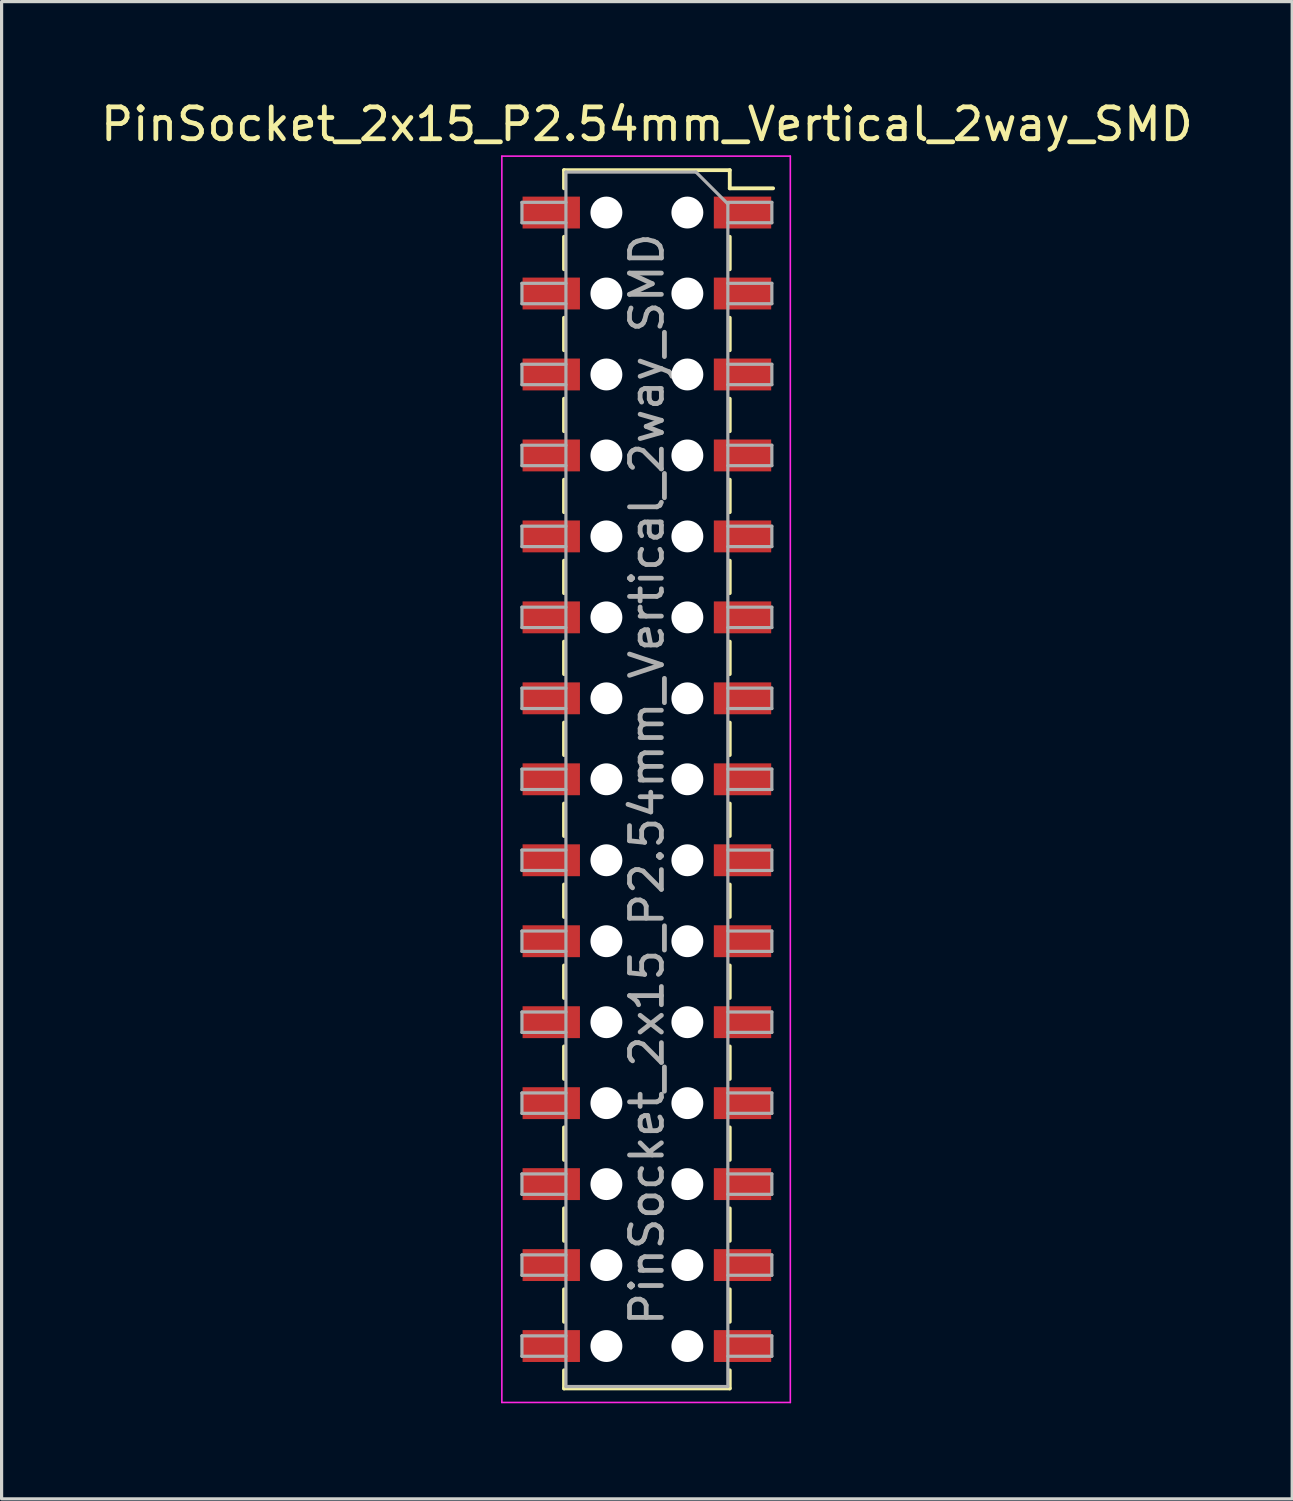
<source format=kicad_pcb>
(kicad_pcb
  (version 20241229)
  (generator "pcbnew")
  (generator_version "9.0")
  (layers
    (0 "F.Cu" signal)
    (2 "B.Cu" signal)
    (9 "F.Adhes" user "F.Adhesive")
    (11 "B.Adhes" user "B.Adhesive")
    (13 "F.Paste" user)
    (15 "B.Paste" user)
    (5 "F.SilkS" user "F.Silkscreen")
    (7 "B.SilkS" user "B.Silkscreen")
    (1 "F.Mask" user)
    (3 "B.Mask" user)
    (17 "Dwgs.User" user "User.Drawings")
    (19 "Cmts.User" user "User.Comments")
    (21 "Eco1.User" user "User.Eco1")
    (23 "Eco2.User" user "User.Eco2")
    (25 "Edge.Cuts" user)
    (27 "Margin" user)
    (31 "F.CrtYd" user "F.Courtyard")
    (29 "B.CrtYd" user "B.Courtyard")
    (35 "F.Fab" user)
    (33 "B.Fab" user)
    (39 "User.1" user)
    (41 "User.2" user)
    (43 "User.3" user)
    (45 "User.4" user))
  (footprint "PinSocket_2x15_P2.54mm_Vertical_2way_SMD"
    (layer "F.Cu")
    (at 17.244 21.398)
    (property "Reference" "PinSocket_2x15_P2.54mm_Vertical_2way_SMD" (at 0 -20.55 0) (layer "F.SilkS") (effects (font (size 1 1) (thickness 0.15))))
    (attr smd)
    (fp_line (start -2.6 -19.11) (end -2.6 -18.54) (stroke (width 0.12) (type solid)) (layer "F.SilkS"))
    (fp_line (start -2.6 -19.11) (end 2.6 -19.11) (stroke (width 0.12) (type solid)) (layer "F.SilkS"))
    (fp_line (start -2.6 -17.02) (end -2.6 -16) (stroke (width 0.12) (type solid)) (layer "F.SilkS"))
    (fp_line (start -2.6 -14.48) (end -2.6 -13.46) (stroke (width 0.12) (type solid)) (layer "F.SilkS"))
    (fp_line (start -2.6 -11.94) (end -2.6 -10.92) (stroke (width 0.12) (type solid)) (layer "F.SilkS"))
    (fp_line (start -2.6 -9.4) (end -2.6 -8.38) (stroke (width 0.12) (type solid)) (layer "F.SilkS"))
    (fp_line (start -2.6 -6.86) (end -2.6 -5.84) (stroke (width 0.12) (type solid)) (layer "F.SilkS"))
    (fp_line (start -2.6 -4.32) (end -2.6 -3.3) (stroke (width 0.12) (type solid)) (layer "F.SilkS"))
    (fp_line (start -2.6 -1.78) (end -2.6 -0.76) (stroke (width 0.12) (type solid)) (layer "F.SilkS"))
    (fp_line (start -2.6 0.76) (end -2.6 1.78) (stroke (width 0.12) (type solid)) (layer "F.SilkS"))
    (fp_line (start -2.6 3.3) (end -2.6 4.32) (stroke (width 0.12) (type solid)) (layer "F.SilkS"))
    (fp_line (start -2.6 5.84) (end -2.6 6.86) (stroke (width 0.12) (type solid)) (layer "F.SilkS"))
    (fp_line (start -2.6 8.38) (end -2.6 9.4) (stroke (width 0.12) (type solid)) (layer "F.SilkS"))
    (fp_line (start -2.6 10.92) (end -2.6 11.94) (stroke (width 0.12) (type solid)) (layer "F.SilkS"))
    (fp_line (start -2.6 13.46) (end -2.6 14.48) (stroke (width 0.12) (type solid)) (layer "F.SilkS"))
    (fp_line (start -2.6 16) (end -2.6 17.02) (stroke (width 0.12) (type solid)) (layer "F.SilkS"))
    (fp_line (start -2.6 18.54) (end -2.6 19.11) (stroke (width 0.12) (type solid)) (layer "F.SilkS"))
    (fp_line (start -2.6 19.11) (end 2.6 19.11) (stroke (width 0.12) (type solid)) (layer "F.SilkS"))
    (fp_line (start 2.6 -19.11) (end 2.6 -18.54) (stroke (width 0.12) (type solid)) (layer "F.SilkS"))
    (fp_line (start 2.6 -18.54) (end 3.96 -18.54) (stroke (width 0.12) (type solid)) (layer "F.SilkS"))
    (fp_line (start 2.6 -17.02) (end 2.6 -16) (stroke (width 0.12) (type solid)) (layer "F.SilkS"))
    (fp_line (start 2.6 -14.48) (end 2.6 -13.46) (stroke (width 0.12) (type solid)) (layer "F.SilkS"))
    (fp_line (start 2.6 -11.94) (end 2.6 -10.92) (stroke (width 0.12) (type solid)) (layer "F.SilkS"))
    (fp_line (start 2.6 -9.4) (end 2.6 -8.38) (stroke (width 0.12) (type solid)) (layer "F.SilkS"))
    (fp_line (start 2.6 -6.86) (end 2.6 -5.84) (stroke (width 0.12) (type solid)) (layer "F.SilkS"))
    (fp_line (start 2.6 -4.32) (end 2.6 -3.3) (stroke (width 0.12) (type solid)) (layer "F.SilkS"))
    (fp_line (start 2.6 -1.78) (end 2.6 -0.76) (stroke (width 0.12) (type solid)) (layer "F.SilkS"))
    (fp_line (start 2.6 0.76) (end 2.6 1.78) (stroke (width 0.12) (type solid)) (layer "F.SilkS"))
    (fp_line (start 2.6 3.3) (end 2.6 4.32) (stroke (width 0.12) (type solid)) (layer "F.SilkS"))
    (fp_line (start 2.6 5.84) (end 2.6 6.86) (stroke (width 0.12) (type solid)) (layer "F.SilkS"))
    (fp_line (start 2.6 8.38) (end 2.6 9.4) (stroke (width 0.12) (type solid)) (layer "F.SilkS"))
    (fp_line (start 2.6 10.92) (end 2.6 11.94) (stroke (width 0.12) (type solid)) (layer "F.SilkS"))
    (fp_line (start 2.6 13.46) (end 2.6 14.48) (stroke (width 0.12) (type solid)) (layer "F.SilkS"))
    (fp_line (start 2.6 16) (end 2.6 17.02) (stroke (width 0.12) (type solid)) (layer "F.SilkS"))
    (fp_line (start 2.6 18.54) (end 2.6 19.11) (stroke (width 0.12) (type solid)) (layer "F.SilkS"))
    (fp_line (start -4.55 -19.55) (end 4.5 -19.55) (stroke (width 0.05) (type solid)) (layer "F.CrtYd"))
    (fp_line (start -4.55 19.55) (end -4.55 -19.55) (stroke (width 0.05) (type solid)) (layer "F.CrtYd"))
    (fp_line (start 4.5 -19.55) (end 4.5 19.55) (stroke (width 0.05) (type solid)) (layer "F.CrtYd"))
    (fp_line (start 4.5 19.55) (end -4.55 19.55) (stroke (width 0.05) (type solid)) (layer "F.CrtYd"))
    (fp_line (start -3.92 -18.1) (end -2.54 -18.1) (stroke (width 0.1) (type solid)) (layer "F.Fab"))
    (fp_line (start -3.92 -17.46) (end -3.92 -18.1) (stroke (width 0.1) (type solid)) (layer "F.Fab"))
    (fp_line (start -3.92 -15.56) (end -2.54 -15.56) (stroke (width 0.1) (type solid)) (layer "F.Fab"))
    (fp_line (start -3.92 -14.92) (end -3.92 -15.56) (stroke (width 0.1) (type solid)) (layer "F.Fab"))
    (fp_line (start -3.92 -13.02) (end -2.54 -13.02) (stroke (width 0.1) (type solid)) (layer "F.Fab"))
    (fp_line (start -3.92 -12.38) (end -3.92 -13.02) (stroke (width 0.1) (type solid)) (layer "F.Fab"))
    (fp_line (start -3.92 -10.48) (end -2.54 -10.48) (stroke (width 0.1) (type solid)) (layer "F.Fab"))
    (fp_line (start -3.92 -9.84) (end -3.92 -10.48) (stroke (width 0.1) (type solid)) (layer "F.Fab"))
    (fp_line (start -3.92 -7.94) (end -2.54 -7.94) (stroke (width 0.1) (type solid)) (layer "F.Fab"))
    (fp_line (start -3.92 -7.3) (end -3.92 -7.94) (stroke (width 0.1) (type solid)) (layer "F.Fab"))
    (fp_line (start -3.92 -5.4) (end -2.54 -5.4) (stroke (width 0.1) (type solid)) (layer "F.Fab"))
    (fp_line (start -3.92 -4.76) (end -3.92 -5.4) (stroke (width 0.1) (type solid)) (layer "F.Fab"))
    (fp_line (start -3.92 -2.86) (end -2.54 -2.86) (stroke (width 0.1) (type solid)) (layer "F.Fab"))
    (fp_line (start -3.92 -2.22) (end -3.92 -2.86) (stroke (width 0.1) (type solid)) (layer "F.Fab"))
    (fp_line (start -3.92 -0.32) (end -2.54 -0.32) (stroke (width 0.1) (type solid)) (layer "F.Fab"))
    (fp_line (start -3.92 0.32) (end -3.92 -0.32) (stroke (width 0.1) (type solid)) (layer "F.Fab"))
    (fp_line (start -3.92 2.22) (end -2.54 2.22) (stroke (width 0.1) (type solid)) (layer "F.Fab"))
    (fp_line (start -3.92 2.86) (end -3.92 2.22) (stroke (width 0.1) (type solid)) (layer "F.Fab"))
    (fp_line (start -3.92 4.76) (end -2.54 4.76) (stroke (width 0.1) (type solid)) (layer "F.Fab"))
    (fp_line (start -3.92 5.4) (end -3.92 4.76) (stroke (width 0.1) (type solid)) (layer "F.Fab"))
    (fp_line (start -3.92 7.3) (end -2.54 7.3) (stroke (width 0.1) (type solid)) (layer "F.Fab"))
    (fp_line (start -3.92 7.94) (end -3.92 7.3) (stroke (width 0.1) (type solid)) (layer "F.Fab"))
    (fp_line (start -3.92 9.84) (end -2.54 9.84) (stroke (width 0.1) (type solid)) (layer "F.Fab"))
    (fp_line (start -3.92 10.48) (end -3.92 9.84) (stroke (width 0.1) (type solid)) (layer "F.Fab"))
    (fp_line (start -3.92 12.38) (end -2.54 12.38) (stroke (width 0.1) (type solid)) (layer "F.Fab"))
    (fp_line (start -3.92 13.02) (end -3.92 12.38) (stroke (width 0.1) (type solid)) (layer "F.Fab"))
    (fp_line (start -3.92 14.92) (end -2.54 14.92) (stroke (width 0.1) (type solid)) (layer "F.Fab"))
    (fp_line (start -3.92 15.56) (end -3.92 14.92) (stroke (width 0.1) (type solid)) (layer "F.Fab"))
    (fp_line (start -3.92 17.46) (end -2.54 17.46) (stroke (width 0.1) (type solid)) (layer "F.Fab"))
    (fp_line (start -3.92 18.1) (end -3.92 17.46) (stroke (width 0.1) (type solid)) (layer "F.Fab"))
    (fp_line (start -2.54 -19.05) (end 1.54 -19.05) (stroke (width 0.1) (type solid)) (layer "F.Fab"))
    (fp_line (start -2.54 -17.46) (end -3.92 -17.46) (stroke (width 0.1) (type solid)) (layer "F.Fab"))
    (fp_line (start -2.54 -14.92) (end -3.92 -14.92) (stroke (width 0.1) (type solid)) (layer "F.Fab"))
    (fp_line (start -2.54 -12.38) (end -3.92 -12.38) (stroke (width 0.1) (type solid)) (layer "F.Fab"))
    (fp_line (start -2.54 -9.84) (end -3.92 -9.84) (stroke (width 0.1) (type solid)) (layer "F.Fab"))
    (fp_line (start -2.54 -7.3) (end -3.92 -7.3) (stroke (width 0.1) (type solid)) (layer "F.Fab"))
    (fp_line (start -2.54 -4.76) (end -3.92 -4.76) (stroke (width 0.1) (type solid)) (layer "F.Fab"))
    (fp_line (start -2.54 -2.22) (end -3.92 -2.22) (stroke (width 0.1) (type solid)) (layer "F.Fab"))
    (fp_line (start -2.54 0.32) (end -3.92 0.32) (stroke (width 0.1) (type solid)) (layer "F.Fab"))
    (fp_line (start -2.54 2.86) (end -3.92 2.86) (stroke (width 0.1) (type solid)) (layer "F.Fab"))
    (fp_line (start -2.54 5.4) (end -3.92 5.4) (stroke (width 0.1) (type solid)) (layer "F.Fab"))
    (fp_line (start -2.54 7.94) (end -3.92 7.94) (stroke (width 0.1) (type solid)) (layer "F.Fab"))
    (fp_line (start -2.54 10.48) (end -3.92 10.48) (stroke (width 0.1) (type solid)) (layer "F.Fab"))
    (fp_line (start -2.54 13.02) (end -3.92 13.02) (stroke (width 0.1) (type solid)) (layer "F.Fab"))
    (fp_line (start -2.54 15.56) (end -3.92 15.56) (stroke (width 0.1) (type solid)) (layer "F.Fab"))
    (fp_line (start -2.54 18.1) (end -3.92 18.1) (stroke (width 0.1) (type solid)) (layer "F.Fab"))
    (fp_line (start -2.54 19.05) (end -2.54 -19.05) (stroke (width 0.1) (type solid)) (layer "F.Fab"))
    (fp_line (start 1.54 -19.05) (end 2.54 -18.05) (stroke (width 0.1) (type solid)) (layer "F.Fab"))
    (fp_line (start 2.54 -18.1) (end 3.92 -18.1) (stroke (width 0.1) (type solid)) (layer "F.Fab"))
    (fp_line (start 2.54 -18.05) (end 2.54 19.05) (stroke (width 0.1) (type solid)) (layer "F.Fab"))
    (fp_line (start 2.54 -15.56) (end 3.92 -15.56) (stroke (width 0.1) (type solid)) (layer "F.Fab"))
    (fp_line (start 2.54 -13.02) (end 3.92 -13.02) (stroke (width 0.1) (type solid)) (layer "F.Fab"))
    (fp_line (start 2.54 -10.48) (end 3.92 -10.48) (stroke (width 0.1) (type solid)) (layer "F.Fab"))
    (fp_line (start 2.54 -7.94) (end 3.92 -7.94) (stroke (width 0.1) (type solid)) (layer "F.Fab"))
    (fp_line (start 2.54 -5.4) (end 3.92 -5.4) (stroke (width 0.1) (type solid)) (layer "F.Fab"))
    (fp_line (start 2.54 -2.86) (end 3.92 -2.86) (stroke (width 0.1) (type solid)) (layer "F.Fab"))
    (fp_line (start 2.54 -0.32) (end 3.92 -0.32) (stroke (width 0.1) (type solid)) (layer "F.Fab"))
    (fp_line (start 2.54 2.22) (end 3.92 2.22) (stroke (width 0.1) (type solid)) (layer "F.Fab"))
    (fp_line (start 2.54 4.76) (end 3.92 4.76) (stroke (width 0.1) (type solid)) (layer "F.Fab"))
    (fp_line (start 2.54 7.3) (end 3.92 7.3) (stroke (width 0.1) (type solid)) (layer "F.Fab"))
    (fp_line (start 2.54 9.84) (end 3.92 9.84) (stroke (width 0.1) (type solid)) (layer "F.Fab"))
    (fp_line (start 2.54 12.38) (end 3.92 12.38) (stroke (width 0.1) (type solid)) (layer "F.Fab"))
    (fp_line (start 2.54 14.92) (end 3.92 14.92) (stroke (width 0.1) (type solid)) (layer "F.Fab"))
    (fp_line (start 2.54 17.46) (end 3.92 17.46) (stroke (width 0.1) (type solid)) (layer "F.Fab"))
    (fp_line (start 2.54 19.05) (end -2.54 19.05) (stroke (width 0.1) (type solid)) (layer "F.Fab"))
    (fp_line (start 3.92 -18.1) (end 3.92 -17.46) (stroke (width 0.1) (type solid)) (layer "F.Fab"))
    (fp_line (start 3.92 -17.46) (end 2.54 -17.46) (stroke (width 0.1) (type solid)) (layer "F.Fab"))
    (fp_line (start 3.92 -15.56) (end 3.92 -14.92) (stroke (width 0.1) (type solid)) (layer "F.Fab"))
    (fp_line (start 3.92 -14.92) (end 2.54 -14.92) (stroke (width 0.1) (type solid)) (layer "F.Fab"))
    (fp_line (start 3.92 -13.02) (end 3.92 -12.38) (stroke (width 0.1) (type solid)) (layer "F.Fab"))
    (fp_line (start 3.92 -12.38) (end 2.54 -12.38) (stroke (width 0.1) (type solid)) (layer "F.Fab"))
    (fp_line (start 3.92 -10.48) (end 3.92 -9.84) (stroke (width 0.1) (type solid)) (layer "F.Fab"))
    (fp_line (start 3.92 -9.84) (end 2.54 -9.84) (stroke (width 0.1) (type solid)) (layer "F.Fab"))
    (fp_line (start 3.92 -7.94) (end 3.92 -7.3) (stroke (width 0.1) (type solid)) (layer "F.Fab"))
    (fp_line (start 3.92 -7.3) (end 2.54 -7.3) (stroke (width 0.1) (type solid)) (layer "F.Fab"))
    (fp_line (start 3.92 -5.4) (end 3.92 -4.76) (stroke (width 0.1) (type solid)) (layer "F.Fab"))
    (fp_line (start 3.92 -4.76) (end 2.54 -4.76) (stroke (width 0.1) (type solid)) (layer "F.Fab"))
    (fp_line (start 3.92 -2.86) (end 3.92 -2.22) (stroke (width 0.1) (type solid)) (layer "F.Fab"))
    (fp_line (start 3.92 -2.22) (end 2.54 -2.22) (stroke (width 0.1) (type solid)) (layer "F.Fab"))
    (fp_line (start 3.92 -0.32) (end 3.92 0.32) (stroke (width 0.1) (type solid)) (layer "F.Fab"))
    (fp_line (start 3.92 0.32) (end 2.54 0.32) (stroke (width 0.1) (type solid)) (layer "F.Fab"))
    (fp_line (start 3.92 2.22) (end 3.92 2.86) (stroke (width 0.1) (type solid)) (layer "F.Fab"))
    (fp_line (start 3.92 2.86) (end 2.54 2.86) (stroke (width 0.1) (type solid)) (layer "F.Fab"))
    (fp_line (start 3.92 4.76) (end 3.92 5.4) (stroke (width 0.1) (type solid)) (layer "F.Fab"))
    (fp_line (start 3.92 5.4) (end 2.54 5.4) (stroke (width 0.1) (type solid)) (layer "F.Fab"))
    (fp_line (start 3.92 7.3) (end 3.92 7.94) (stroke (width 0.1) (type solid)) (layer "F.Fab"))
    (fp_line (start 3.92 7.94) (end 2.54 7.94) (stroke (width 0.1) (type solid)) (layer "F.Fab"))
    (fp_line (start 3.92 9.84) (end 3.92 10.48) (stroke (width 0.1) (type solid)) (layer "F.Fab"))
    (fp_line (start 3.92 10.48) (end 2.54 10.48) (stroke (width 0.1) (type solid)) (layer "F.Fab"))
    (fp_line (start 3.92 12.38) (end 3.92 13.02) (stroke (width 0.1) (type solid)) (layer "F.Fab"))
    (fp_line (start 3.92 13.02) (end 2.54 13.02) (stroke (width 0.1) (type solid)) (layer "F.Fab"))
    (fp_line (start 3.92 14.92) (end 3.92 15.56) (stroke (width 0.1) (type solid)) (layer "F.Fab"))
    (fp_line (start 3.92 15.56) (end 2.54 15.56) (stroke (width 0.1) (type solid)) (layer "F.Fab"))
    (fp_line (start 3.92 17.46) (end 3.92 18.1) (stroke (width 0.1) (type solid)) (layer "F.Fab"))
    (fp_line (start 3.92 18.1) (end 2.54 18.1) (stroke (width 0.1) (type solid)) (layer "F.Fab"))
    (fp_text user "${REFERENCE}" (at 0 0 90) (layer "F.Fab") (effects (font (size 1 1) (thickness 0.15))))
    (pad "" np_thru_hole circle (at -1.27 -17.78) (size 1 1) (drill 1) (layers "*.Cu" "*.Mask"))
    (pad "" np_thru_hole circle (at -1.27 -15.24) (size 1 1) (drill 1) (layers "*.Cu" "*.Mask"))
    (pad "" np_thru_hole circle (at -1.27 -12.7) (size 1 1) (drill 1) (layers "*.Cu" "*.Mask"))
    (pad "" np_thru_hole circle (at -1.27 -10.16) (size 1 1) (drill 1) (layers "*.Cu" "*.Mask"))
    (pad "" np_thru_hole circle (at -1.27 -7.62) (size 1 1) (drill 1) (layers "*.Cu" "*.Mask"))
    (pad "" np_thru_hole circle (at -1.27 -5.08) (size 1 1) (drill 1) (layers "*.Cu" "*.Mask"))
    (pad "" np_thru_hole circle (at -1.27 -2.54) (size 1 1) (drill 1) (layers "*.Cu" "*.Mask"))
    (pad "" np_thru_hole circle (at -1.27 0) (size 1 1) (drill 1) (layers "*.Cu" "*.Mask"))
    (pad "" np_thru_hole circle (at -1.27 2.54) (size 1 1) (drill 1) (layers "*.Cu" "*.Mask"))
    (pad "" np_thru_hole circle (at -1.27 5.08) (size 1 1) (drill 1) (layers "*.Cu" "*.Mask"))
    (pad "" np_thru_hole circle (at -1.27 7.62) (size 1 1) (drill 1) (layers "*.Cu" "*.Mask"))
    (pad "" np_thru_hole circle (at -1.27 10.16) (size 1 1) (drill 1) (layers "*.Cu" "*.Mask"))
    (pad "" np_thru_hole circle (at -1.27 12.7) (size 1 1) (drill 1) (layers "*.Cu" "*.Mask"))
    (pad "" np_thru_hole circle (at -1.27 15.24) (size 1 1) (drill 1) (layers "*.Cu" "*.Mask"))
    (pad "" np_thru_hole circle (at -1.27 17.78) (size 1 1) (drill 1) (layers "*.Cu" "*.Mask"))
    (pad "" np_thru_hole circle (at 1.27 -17.78) (size 1 1) (drill 1) (layers "*.Cu" "*.Mask"))
    (pad "" np_thru_hole circle (at 1.27 -15.24) (size 1 1) (drill 1) (layers "*.Cu" "*.Mask"))
    (pad "" np_thru_hole circle (at 1.27 -12.7) (size 1 1) (drill 1) (layers "*.Cu" "*.Mask"))
    (pad "" np_thru_hole circle (at 1.27 -10.16) (size 1 1) (drill 1) (layers "*.Cu" "*.Mask"))
    (pad "" np_thru_hole circle (at 1.27 -7.62) (size 1 1) (drill 1) (layers "*.Cu" "*.Mask"))
    (pad "" np_thru_hole circle (at 1.27 -5.08) (size 1 1) (drill 1) (layers "*.Cu" "*.Mask"))
    (pad "" np_thru_hole circle (at 1.27 -2.54) (size 1 1) (drill 1) (layers "*.Cu" "*.Mask"))
    (pad "" np_thru_hole circle (at 1.27 0) (size 1 1) (drill 1) (layers "*.Cu" "*.Mask"))
    (pad "" np_thru_hole circle (at 1.27 2.54) (size 1 1) (drill 1) (layers "*.Cu" "*.Mask"))
    (pad "" np_thru_hole circle (at 1.27 5.08) (size 1 1) (drill 1) (layers "*.Cu" "*.Mask"))
    (pad "" np_thru_hole circle (at 1.27 7.62) (size 1 1) (drill 1) (layers "*.Cu" "*.Mask"))
    (pad "" np_thru_hole circle (at 1.27 10.16) (size 1 1) (drill 1) (layers "*.Cu" "*.Mask"))
    (pad "" np_thru_hole circle (at 1.27 12.7) (size 1 1) (drill 1) (layers "*.Cu" "*.Mask"))
    (pad "" np_thru_hole circle (at 1.27 15.24) (size 1 1) (drill 1) (layers "*.Cu" "*.Mask"))
    (pad "" np_thru_hole circle (at 1.27 17.78) (size 1 1) (drill 1) (layers "*.Cu" "*.Mask"))
    (pad "1" smd rect (at 3 -17.78) (size 1.8 1) (layers "F.Cu" "F.Mask" "F.Paste"))
    (pad "2" smd rect (at -3 -17.78) (size 1.8 1) (layers "F.Cu" "F.Mask" "F.Paste"))
    (pad "3" smd rect (at 3 -15.24) (size 1.8 1) (layers "F.Cu" "F.Mask" "F.Paste"))
    (pad "4" smd rect (at -3 -15.24) (size 1.8 1) (layers "F.Cu" "F.Mask" "F.Paste"))
    (pad "5" smd rect (at 3 -12.7) (size 1.8 1) (layers "F.Cu" "F.Mask" "F.Paste"))
    (pad "6" smd rect (at -3 -12.7) (size 1.8 1) (layers "F.Cu" "F.Mask" "F.Paste"))
    (pad "7" smd rect (at 3 -10.16) (size 1.8 1) (layers "F.Cu" "F.Mask" "F.Paste"))
    (pad "8" smd rect (at -3 -10.16) (size 1.8 1) (layers "F.Cu" "F.Mask" "F.Paste"))
    (pad "9" smd rect (at 3 -7.62) (size 1.8 1) (layers "F.Cu" "F.Mask" "F.Paste"))
    (pad "10" smd rect (at -3 -7.62) (size 1.8 1) (layers "F.Cu" "F.Mask" "F.Paste"))
    (pad "11" smd rect (at 3 -5.08) (size 1.8 1) (layers "F.Cu" "F.Mask" "F.Paste"))
    (pad "12" smd rect (at -3 -5.08) (size 1.8 1) (layers "F.Cu" "F.Mask" "F.Paste"))
    (pad "13" smd rect (at 3 -2.54) (size 1.8 1) (layers "F.Cu" "F.Mask" "F.Paste"))
    (pad "14" smd rect (at -3 -2.54) (size 1.8 1) (layers "F.Cu" "F.Mask" "F.Paste"))
    (pad "15" smd rect (at 3 0) (size 1.8 1) (layers "F.Cu" "F.Mask" "F.Paste"))
    (pad "16" smd rect (at -3 0) (size 1.8 1) (layers "F.Cu" "F.Mask" "F.Paste"))
    (pad "17" smd rect (at 3 2.54) (size 1.8 1) (layers "F.Cu" "F.Mask" "F.Paste"))
    (pad "18" smd rect (at -3 2.54) (size 1.8 1) (layers "F.Cu" "F.Mask" "F.Paste"))
    (pad "19" smd rect (at 3 5.08) (size 1.8 1) (layers "F.Cu" "F.Mask" "F.Paste"))
    (pad "20" smd rect (at -3 5.08) (size 1.8 1) (layers "F.Cu" "F.Mask" "F.Paste"))
    (pad "21" smd rect (at 3 7.62) (size 1.8 1) (layers "F.Cu" "F.Mask" "F.Paste"))
    (pad "22" smd rect (at -3 7.62) (size 1.8 1) (layers "F.Cu" "F.Mask" "F.Paste"))
    (pad "23" smd rect (at 3 10.16) (size 1.8 1) (layers "F.Cu" "F.Mask" "F.Paste"))
    (pad "24" smd rect (at -3 10.16) (size 1.8 1) (layers "F.Cu" "F.Mask" "F.Paste"))
    (pad "25" smd rect (at 3 12.7) (size 1.8 1) (layers "F.Cu" "F.Mask" "F.Paste"))
    (pad "26" smd rect (at -3 12.7) (size 1.8 1) (layers "F.Cu" "F.Mask" "F.Paste"))
    (pad "27" smd rect (at 3 15.24) (size 1.8 1) (layers "F.Cu" "F.Mask" "F.Paste"))
    (pad "28" smd rect (at -3 15.24) (size 1.8 1) (layers "F.Cu" "F.Mask" "F.Paste"))
    (pad "29" smd rect (at 3 17.78) (size 1.8 1) (layers "F.Cu" "F.Mask" "F.Paste"))
    (pad "30" smd rect (at -3 17.78) (size 1.8 1) (layers "F.Cu" "F.Mask" "F.Paste")))
  (gr_rect
    (start -3 -3)
    (end 37.488 43.973)
    (stroke (width 0.1) (type default))
    (fill no)
    (layer "Edge.Cuts")))
</source>
